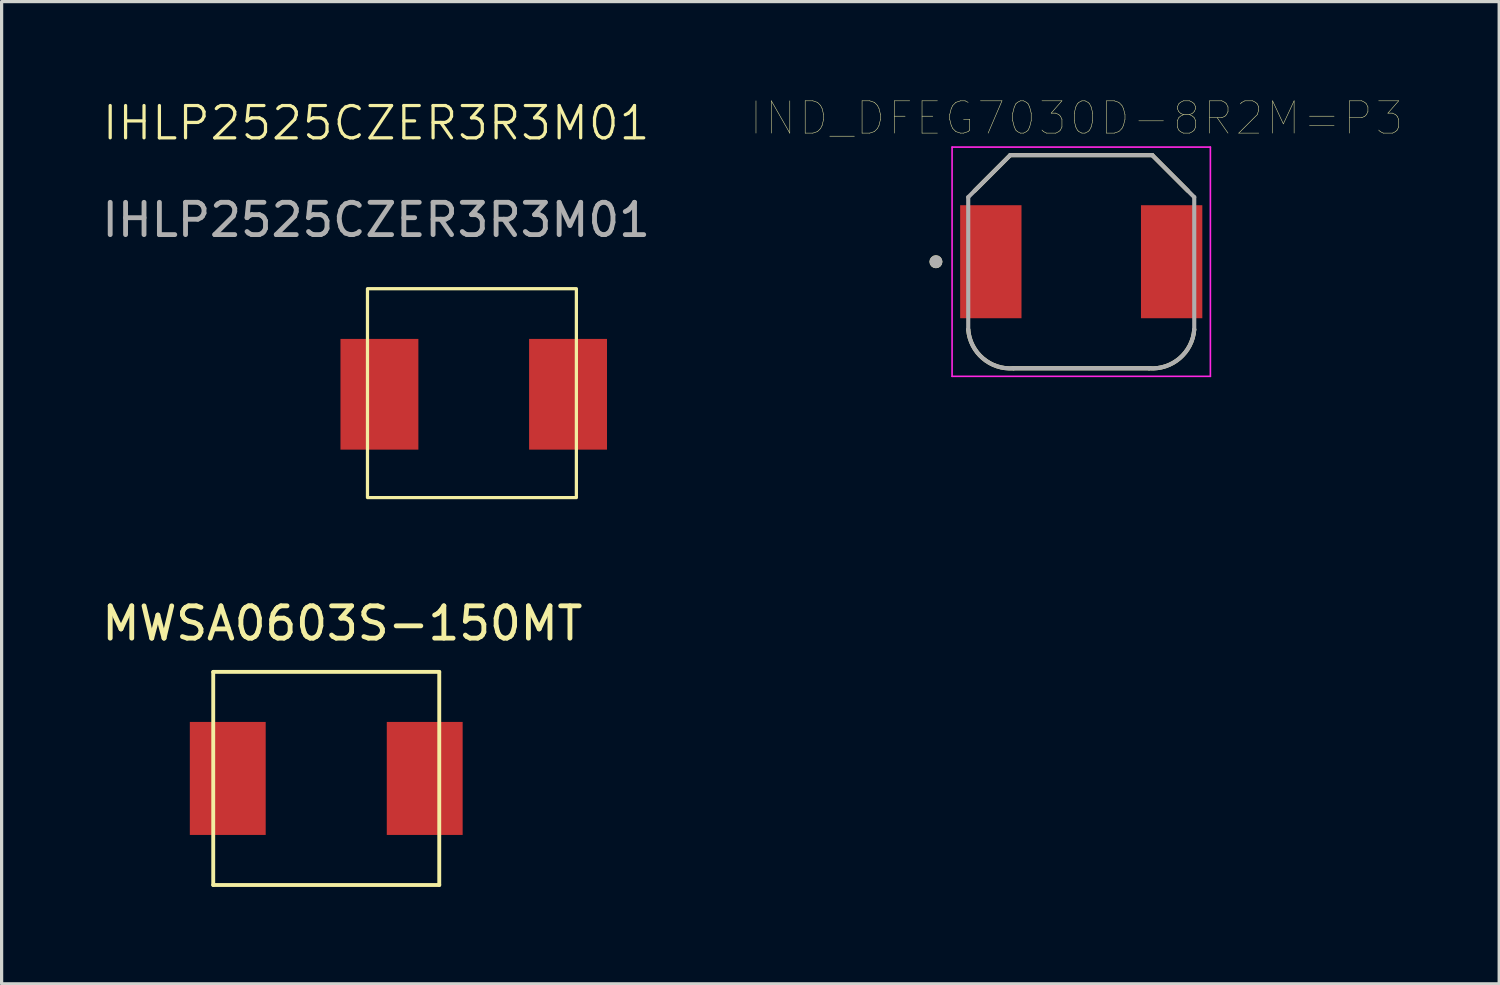
<source format=kicad_pcb>
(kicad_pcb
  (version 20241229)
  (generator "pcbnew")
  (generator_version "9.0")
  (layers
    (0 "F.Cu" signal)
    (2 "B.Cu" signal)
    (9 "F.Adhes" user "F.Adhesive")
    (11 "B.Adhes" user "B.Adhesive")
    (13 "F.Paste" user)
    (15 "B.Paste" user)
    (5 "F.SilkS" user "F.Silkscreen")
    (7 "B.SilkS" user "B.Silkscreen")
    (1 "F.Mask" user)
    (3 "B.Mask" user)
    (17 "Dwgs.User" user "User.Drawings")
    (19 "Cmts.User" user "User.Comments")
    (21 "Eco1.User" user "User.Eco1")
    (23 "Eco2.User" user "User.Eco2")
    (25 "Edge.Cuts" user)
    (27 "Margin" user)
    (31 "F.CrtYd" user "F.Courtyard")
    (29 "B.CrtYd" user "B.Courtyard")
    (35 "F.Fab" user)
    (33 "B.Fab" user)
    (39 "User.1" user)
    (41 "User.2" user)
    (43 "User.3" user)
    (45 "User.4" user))
  (footprint "MWSA0603S-150MT"
    (layer "F.Cu")
    (at 7.554 15.759)
    (property "Reference" "MWSA0603S-150MT" (at 0 0.5 0) (layer "F.SilkS") (effects (font (size 1 1) (thickness 0.15))))
    (attr through_hole)
    (fp_line (start -4 2) (end 3 2) (stroke (width 0.12) (type solid)) (layer "F.SilkS"))
    (fp_line (start -4 8.6) (end -4 2) (stroke (width 0.12) (type solid)) (layer "F.SilkS"))
    (fp_line (start 3 2) (end 3 8.6) (stroke (width 0.12) (type solid)) (layer "F.SilkS"))
    (fp_line (start 3 8.6) (end -4 8.6) (stroke (width 0.12) (type solid)) (layer "F.SilkS"))
    (pad "1" smd rect (at -3.55 5.3) (size 2.35 3.5) (layers "F.Cu" "F.Mask" "F.Paste"))
    (pad "2" smd rect (at 2.55 5.3) (size 2.35 3.5) (layers "F.Cu" "F.Mask" "F.Paste")))
  (footprint "IND_DFEG7030D-8R2M=P3"
    (layer "F.Cu")
    (at 30.437 5.056)
    (property "Reference" "IND_DFEG7030D-8R2M=P3" (at -0.145 -4.445 0) (layer "F.SilkS") (effects (font (size 1 1) (thickness 0.015))))
    (attr through_hole)
    (fp_line (start -3.3 -2.2) (end -2.2 -3.3) (stroke (width 0.127) (type solid)) (layer "F.SilkS"))
    (fp_line (start -2.2 -3.3) (end 2.2 -3.3) (stroke (width 0.127) (type solid)) (layer "F.SilkS"))
    (fp_line (start 2.1 3.3) (end -2.1 3.3) (stroke (width 0.127) (type solid)) (layer "F.SilkS"))
    (fp_line (start 2.2 -3.3) (end 3.3 -2.2) (stroke (width 0.127) (type solid)) (layer "F.SilkS"))
    (fp_arc (start -2.1 3.3) (mid -3.048528 2.989949) (end -3.5 2.1) (stroke (width 0.127) (type solid)) (layer "F.SilkS"))
    (fp_arc (start 3.5 2.1) (mid 3.048528 2.989949) (end 2.1 3.3) (stroke (width 0.127) (type solid)) (layer "F.SilkS"))
    (fp_circle (center -4.5 0) (end -4.4 0) (stroke (width 0.2) (type solid)) (fill no) (layer "F.SilkS"))
    (fp_line (start -4 -3.55) (end 4 -3.55) (stroke (width 0.05) (type solid)) (layer "F.CrtYd"))
    (fp_line (start -4 3.55) (end -4 -3.55) (stroke (width 0.05) (type solid)) (layer "F.CrtYd"))
    (fp_line (start 4 -3.55) (end 4 3.55) (stroke (width 0.05) (type solid)) (layer "F.CrtYd"))
    (fp_line (start 4 3.55) (end -4 3.55) (stroke (width 0.05) (type solid)) (layer "F.CrtYd"))
    (fp_line (start -3.5 -2) (end -2.2 -3.3) (stroke (width 0.127) (type solid)) (layer "F.Fab"))
    (fp_line (start -3.5 2.1) (end -3.5 -2) (stroke (width 0.127) (type solid)) (layer "F.Fab"))
    (fp_line (start -2.2 -3.3) (end 2.2 -3.3) (stroke (width 0.127) (type solid)) (layer "F.Fab"))
    (fp_line (start 2.1 3.3) (end -2.1 3.3) (stroke (width 0.127) (type solid)) (layer "F.Fab"))
    (fp_line (start 2.2 -3.3) (end 3.5 -2) (stroke (width 0.127) (type solid)) (layer "F.Fab"))
    (fp_line (start 3.5 -2) (end 3.5 2.1) (stroke (width 0.127) (type solid)) (layer "F.Fab"))
    (fp_arc (start -2.1 3.3) (mid -3.048528 2.989949) (end -3.5 2.1) (stroke (width 0.127) (type solid)) (layer "F.Fab"))
    (fp_arc (start 3.5 2.1) (mid 3.048528 2.989949) (end 2.1 3.3) (stroke (width 0.127) (type solid)) (layer "F.Fab"))
    (fp_circle (center -4.5 0) (end -4.4 0) (stroke (width 0.2) (type solid)) (fill no) (layer "F.Fab"))
    (pad "1" smd rect (at -2.8 0) (size 1.9 3.5) (layers "F.Cu" "F.Mask" "F.Paste"))
    (pad "2" smd rect (at 2.8 0) (size 1.9 3.5) (layers "F.Cu" "F.Mask" "F.Paste")))
  (footprint "IHLP2525CZER3R3M01"
    (layer "F.Cu")
    (at 8.701 9.161)
    (property "Reference" "IHLP2525CZER3R3M01" (at -0.1 -8.4 0) (unlocked yes) (layer "F.SilkS") (effects (font (size 1 1) (thickness 0.1))))
    (attr smd)
    (fp_rect (start -0.37 -3.27) (end 6.1 3.2) (stroke (width 0.1) (type solid)) (fill no) (layer "F.SilkS"))
    (fp_text user "${REFERENCE}" (at -0.1 -5.4 0) (unlocked yes) (layer "F.Fab") (effects (font (size 1 1) (thickness 0.15))))
    (pad "1" smd rect (at 0 0) (size 2.413 3.429) (layers "F.Cu" "F.Mask" "F.Paste"))
    (pad "2" smd rect (at 5.842 0) (size 2.413 3.429) (layers "F.Cu" "F.Mask" "F.Paste")))
  (gr_rect
    (start -3 -3)
    (end 43.381 27.419)
    (stroke (width 0.1) (type default))
    (fill no)
    (layer "Edge.Cuts")))
</source>
